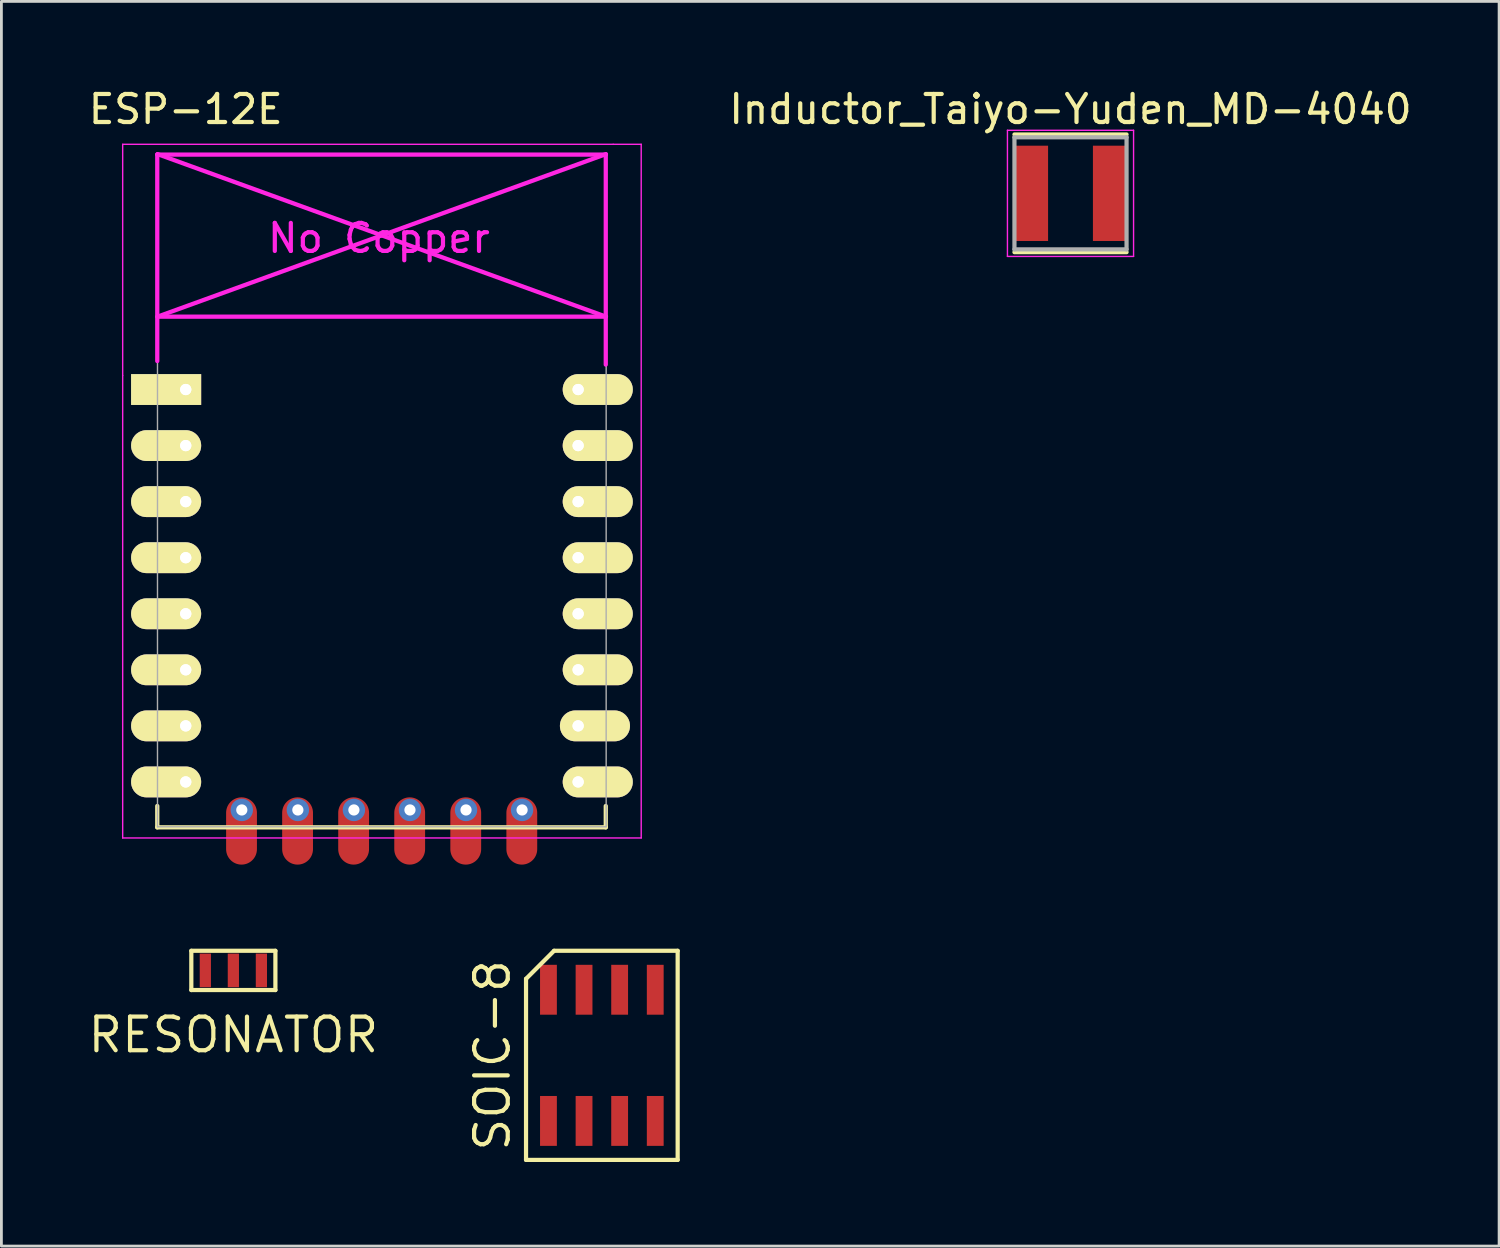
<source format=kicad_pcb>
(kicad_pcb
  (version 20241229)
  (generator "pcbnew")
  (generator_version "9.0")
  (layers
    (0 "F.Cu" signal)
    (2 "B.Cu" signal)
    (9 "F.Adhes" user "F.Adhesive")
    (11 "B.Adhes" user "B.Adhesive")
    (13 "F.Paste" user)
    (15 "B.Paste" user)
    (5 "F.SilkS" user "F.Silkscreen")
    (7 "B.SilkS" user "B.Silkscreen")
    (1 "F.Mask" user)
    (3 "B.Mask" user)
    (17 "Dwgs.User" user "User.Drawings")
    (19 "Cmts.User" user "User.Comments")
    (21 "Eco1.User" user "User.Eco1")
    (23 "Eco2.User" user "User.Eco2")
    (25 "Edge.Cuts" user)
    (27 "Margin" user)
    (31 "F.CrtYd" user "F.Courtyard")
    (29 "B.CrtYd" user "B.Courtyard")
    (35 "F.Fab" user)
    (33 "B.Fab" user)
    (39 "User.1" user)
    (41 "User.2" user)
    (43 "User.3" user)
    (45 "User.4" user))
  (footprint "Inductor_Taiyo-Yuden_MD-4040"
    (layer "F.Cu")
    (at 35.144 3.848)
    (property "Reference" "Inductor_Taiyo-Yuden_MD-4040" (at 0 -3 0) (layer "F.SilkS") (effects (font (size 1 1) (thickness 0.15))))
    (attr smd)
    (fp_line (start -2 -2.1) (end 2 -2.1) (stroke (width 0.15) (type solid)) (layer "F.SilkS"))
    (fp_line (start -2 2.1) (end 2 2.1) (stroke (width 0.15) (type solid)) (layer "F.SilkS"))
    (fp_line (start -2.25 -2.25) (end -2.25 2.25) (stroke (width 0.05) (type solid)) (layer "F.CrtYd"))
    (fp_line (start -2.25 2.25) (end 2.25 2.25) (stroke (width 0.05) (type solid)) (layer "F.CrtYd"))
    (fp_line (start 2.25 -2.25) (end -2.25 -2.25) (stroke (width 0.05) (type solid)) (layer "F.CrtYd"))
    (fp_line (start 2.25 2.25) (end 2.25 -2.25) (stroke (width 0.05) (type solid)) (layer "F.CrtYd"))
    (fp_line (start -2 -2) (end -2 2) (stroke (width 0.15) (type solid)) (layer "F.Fab"))
    (fp_line (start -2 2) (end 2 2) (stroke (width 0.15) (type solid)) (layer "F.Fab"))
    (fp_line (start 2 -2) (end -2 -2) (stroke (width 0.15) (type solid)) (layer "F.Fab"))
    (fp_line (start 2 2) (end 2 -2) (stroke (width 0.15) (type solid)) (layer "F.Fab"))
    (pad "1" smd rect (at -1.4 0) (size 1.2 3.4) (layers "F.Cu" "F.Mask" "F.Paste"))
    (pad "2" smd rect (at 1.4 0) (size 1.2 3.4) (layers "F.Cu" "F.Mask" "F.Paste")))
  (footprint "RESONATOR"
    (layer "F.Cu")
    (at 5.276 31.573)
    (property "Reference" "RESONATOR" (at 0 2.3 0) (layer "F.SilkS") (effects (font (size 1.2 1.2) (thickness 0.15))))
    (attr through_hole)
    (fp_line (start -1.5 -0.7) (end 1.5 -0.7) (stroke (width 0.15) (type solid)) (layer "F.SilkS"))
    (fp_line (start -1.5 0.7) (end -1.5 -0.7) (stroke (width 0.15) (type solid)) (layer "F.SilkS"))
    (fp_line (start 1.5 -0.7) (end 1.5 0.7) (stroke (width 0.15) (type solid)) (layer "F.SilkS"))
    (fp_line (start 1.5 0.7) (end -1.5 0.7) (stroke (width 0.15) (type solid)) (layer "F.SilkS"))
    (pad "1" smd rect (at -1 0) (size 0.4 1.2) (layers "F.Cu" "F.Mask" "F.Paste"))
    (pad "2" smd rect (at 0 0) (size 0.4 1.2) (layers "F.Cu" "F.Mask" "F.Paste"))
    (pad "3" smd rect (at 1 0) (size 0.4 1.2) (layers "F.Cu" "F.Mask" "F.Paste")))
  (footprint "SOIC-8"
    (layer "F.Cu")
    (at 18.423 34.603)
    (property "Reference" "SOIC-8" (at -3.905 0 90) (layer "F.SilkS") (effects (font (size 1.2 1.2) (thickness 0.15))))
    (attr through_hole)
    (fp_line (start -2.705 -2.73) (end -2.705 3.73) (stroke (width 0.15) (type solid)) (layer "F.SilkS"))
    (fp_line (start -2.705 3.73) (end 2.705 3.73) (stroke (width 0.15) (type solid)) (layer "F.SilkS"))
    (fp_line (start -1.705 -3.73) (end -2.705 -2.73) (stroke (width 0.15) (type solid)) (layer "F.SilkS"))
    (fp_line (start 2.705 -3.73) (end -1.705 -3.73) (stroke (width 0.15) (type solid)) (layer "F.SilkS"))
    (fp_line (start 2.705 3.73) (end 2.705 -3.73) (stroke (width 0.15) (type solid)) (layer "F.SilkS"))
    (pad "1" smd rect (at -1.905 2.34) (size 0.6 1.78) (layers "F.Cu" "F.Mask" "F.Paste"))
    (pad "2" smd rect (at -0.635 2.34) (size 0.6 1.78) (layers "F.Cu" "F.Mask" "F.Paste"))
    (pad "3" smd rect (at 0.635 2.34) (size 0.6 1.78) (layers "F.Cu" "F.Mask" "F.Paste"))
    (pad "4" smd rect (at 1.905 2.34) (size 0.6 1.78) (layers "F.Cu" "F.Mask" "F.Paste"))
    (pad "5" smd rect (at 1.905 -2.34) (size 0.6 1.78) (layers "F.Cu" "F.Mask" "F.Paste"))
    (pad "6" smd rect (at 0.635 -2.34) (size 0.6 1.78) (layers "F.Cu" "F.Mask" "F.Paste"))
    (pad "7" smd rect (at -0.635 -2.34) (size 0.6 1.78) (layers "F.Cu" "F.Mask" "F.Paste"))
    (pad "8" smd rect (at -1.905 -2.34) (size 0.6 1.78) (layers "F.Cu" "F.Mask" "F.Paste")))
  (footprint "ESP-12E"
    (layer "F.Cu")
    (at 3.577 10.848)
    (property "Reference" "ESP-12E" (at 0 -10 0) (layer "F.SilkS") (effects (font (size 1 1) (thickness 0.15))))
    (attr through_hole)
    (fp_line (start -1.016 14.859) (end -1.016 15.621) (stroke (width 0.152) (type solid)) (layer "F.SilkS"))
    (fp_line (start -1.016 15.621) (end 14.986 15.621) (stroke (width 0.152) (type solid)) (layer "F.SilkS"))
    (fp_line (start 14.986 15.621) (end 14.986 14.859) (stroke (width 0.152) (type solid)) (layer "F.SilkS"))
    (fp_line (start -2.25 -8.75) (end 15.25 -8.75) (stroke (width 0.05) (type solid)) (layer "F.CrtYd"))
    (fp_line (start -2.25 -0.5) (end -2.25 -8.75) (stroke (width 0.05) (type solid)) (layer "F.CrtYd"))
    (fp_line (start -2.25 16) (end -2.25 -0.5) (stroke (width 0.05) (type solid)) (layer "F.CrtYd"))
    (fp_line (start -1.016 -8.382) (end -1.016 -1.016) (stroke (width 0.152) (type solid)) (layer "F.CrtYd"))
    (fp_line (start -1.016 -8.382) (end 14.986 -8.382) (stroke (width 0.152) (type solid)) (layer "F.CrtYd"))
    (fp_line (start -1.008 -8.4) (end 14.992 -2.6) (stroke (width 0.152) (type solid)) (layer "F.CrtYd"))
    (fp_line (start -1.008 -2.6) (end 14.992 -2.6) (stroke (width 0.152) (type solid)) (layer "F.CrtYd"))
    (fp_line (start 14.986 -8.382) (end 14.986 -0.889) (stroke (width 0.152) (type solid)) (layer "F.CrtYd"))
    (fp_line (start 14.992 -8.4) (end -1.008 -2.6) (stroke (width 0.152) (type solid)) (layer "F.CrtYd"))
    (fp_line (start 15.25 -8.75) (end 16.25 -8.75) (stroke (width 0.05) (type solid)) (layer "F.CrtYd"))
    (fp_line (start 16.25 -8.75) (end 16.25 16) (stroke (width 0.05) (type solid)) (layer "F.CrtYd"))
    (fp_line (start 16.25 16) (end -2.25 16) (stroke (width 0.05) (type solid)) (layer "F.CrtYd"))
    (fp_line (start -1.008 -8.4) (end 14.992 -8.4) (stroke (width 0.05) (type solid)) (layer "F.Fab"))
    (fp_line (start -1.008 15.6) (end -1.008 -8.4) (stroke (width 0.05) (type solid)) (layer "F.Fab"))
    (fp_line (start 14.992 15.6) (end -1.008 15.6) (stroke (width 0.05) (type solid)) (layer "F.Fab"))
    (fp_line (start 15 -8.4) (end 15 15.6) (stroke (width 0.05) (type solid)) (layer "F.Fab"))
    (fp_text user "No Copper" (at 6.892 -5.4 0) (layer "F.CrtYd") (effects (font (size 1 1) (thickness 0.15))))
    (pad "1" thru_hole circle (at 0 0) (size 0.8 0.8) (drill 0.4) (layers "*.Cu" "*.Mask"))
    (pad "1" thru_hole rect (at 0 0) (size 2.5 1.1) (drill 0.4 (offset -0.7 0)) (layers "F.Cu" "F.Mask" "F.SilkS"))
    (pad "2" thru_hole oval (at 0 2) (size 2.5 1.1) (drill 0.4 (offset -0.7 0)) (layers "F.Cu" "F.Mask" "F.SilkS"))
    (pad "2" thru_hole circle (at 2 15) (size 0.8 0.8) (drill 0.4) (layers "*.Cu" "*.Mask"))
    (pad "2" thru_hole circle (at 4 15) (size 0.8 0.8) (drill 0.4) (layers "*.Cu" "*.Mask"))
    (pad "2" thru_hole circle (at 6 15) (size 0.8 0.8) (drill 0.4) (layers "*.Cu" "*.Mask"))
    (pad "2" thru_hole circle (at 8 15) (size 0.8 0.8) (drill 0.4) (layers "*.Cu" "*.Mask"))
    (pad "2" thru_hole circle (at 10 15) (size 0.8 0.8) (drill 0.4) (layers "*.Cu" "*.Mask"))
    (pad "2" thru_hole circle (at 12 15) (size 0.8 0.8) (drill 0.4) (layers "*.Cu" "*.Mask"))
    (pad "3" thru_hole circle (at 0 2) (size 0.8 0.8) (drill 0.4) (layers "*.Cu" "*.Mask"))
    (pad "3" thru_hole circle (at 0 4) (size 0.8 0.8) (drill 0.4) (layers "*.Cu" "*.Mask"))
    (pad "3" thru_hole oval (at 0 4) (size 2.5 1.1) (drill 0.4 (offset -0.7 0)) (layers "F.Cu" "F.Mask" "F.SilkS"))
    (pad "3" thru_hole circle (at 0 6) (size 0.8 0.8) (drill 0.4) (layers "*.Cu" "*.Mask"))
    (pad "3" thru_hole circle (at 0 8) (size 0.8 0.8) (drill 0.4) (layers "*.Cu" "*.Mask"))
    (pad "3" thru_hole circle (at 0 10) (size 0.8 0.8) (drill 0.4) (layers "*.Cu" "*.Mask"))
    (pad "3" thru_hole circle (at 0 12) (size 0.8 0.8) (drill 0.4) (layers "*.Cu" "*.Mask"))
    (pad "3" thru_hole circle (at 0 14) (size 0.8 0.8) (drill 0.4) (layers "*.Cu" "*.Mask"))
    (pad "3" thru_hole circle (at 14 0) (size 0.8 0.8) (drill 0.4) (layers "*.Cu" "*.Mask"))
    (pad "3" thru_hole circle (at 14 2) (size 0.8 0.8) (drill 0.4) (layers "*.Cu" "*.Mask"))
    (pad "3" thru_hole circle (at 14 4) (size 0.8 0.8) (drill 0.4) (layers "*.Cu" "*.Mask"))
    (pad "3" thru_hole circle (at 14 6) (size 0.8 0.8) (drill 0.4) (layers "*.Cu" "*.Mask"))
    (pad "3" thru_hole circle (at 14 8) (size 0.8 0.8) (drill 0.4) (layers "*.Cu" "*.Mask"))
    (pad "3" thru_hole circle (at 14 10) (size 0.8 0.8) (drill 0.4) (layers "*.Cu" "*.Mask"))
    (pad "3" thru_hole circle (at 14 12) (size 0.8 0.8) (drill 0.4) (layers "*.Cu" "*.Mask"))
    (pad "3" thru_hole circle (at 14 14) (size 0.8 0.8) (drill 0.4) (layers "*.Cu" "*.Mask"))
    (pad "4" thru_hole oval (at 0 6) (size 2.5 1.1) (drill 0.4 (offset -0.7 0)) (layers "F.Cu" "F.Mask" "F.SilkS"))
    (pad "5" thru_hole oval (at 0 8) (size 2.5 1.1) (drill 0.4 (offset -0.7 0)) (layers "F.Cu" "F.Mask" "F.SilkS"))
    (pad "6" thru_hole oval (at 0 10) (size 2.5 1.1) (drill 0.4 (offset -0.7 0)) (layers "F.Cu" "F.Mask" "F.SilkS"))
    (pad "7" thru_hole oval (at 0 12) (size 2.5 1.1) (drill 0.4 (offset -0.7 0)) (layers "F.Cu" "F.Mask" "F.SilkS"))
    (pad "8" thru_hole oval (at 0 14) (size 2.5 1.1) (drill 0.4 (offset -0.7 0)) (layers "F.Cu" "F.Mask" "F.SilkS"))
    (pad "9" thru_hole oval (at 14 14) (size 2.5 1.1) (drill 0.4 (offset 0.7 0)) (layers "F.Cu" "F.Mask" "F.SilkS"))
    (pad "10" thru_hole oval (at 14 12) (size 2.5 1.1) (drill 0.4 (offset 0.6 0)) (layers "F.Cu" "F.Mask" "F.SilkS"))
    (pad "11" thru_hole oval (at 14 10) (size 2.5 1.1) (drill 0.4 (offset 0.7 0)) (layers "F.Cu" "F.Mask" "F.SilkS"))
    (pad "12" thru_hole oval (at 14 8) (size 2.5 1.1) (drill 0.4 (offset 0.7 0)) (layers "F.Cu" "F.Mask" "F.SilkS"))
    (pad "13" thru_hole oval (at 14 6) (size 2.5 1.1) (drill 0.4 (offset 0.7 0)) (layers "F.Cu" "F.Mask" "F.SilkS"))
    (pad "14" thru_hole oval (at 14 4) (size 2.5 1.1) (drill 0.4 (offset 0.7 0)) (layers "F.Cu" "F.Mask" "F.SilkS"))
    (pad "15" thru_hole oval (at 14 2) (size 2.5 1.1) (drill 0.4 (offset 0.7 0)) (layers "F.Cu" "F.Mask" "F.SilkS"))
    (pad "16" thru_hole oval (at 14 0) (size 2.5 1.1) (drill 0.4 (offset 0.7 0)) (layers "F.Cu" "F.Mask" "F.SilkS"))
    (pad "17" smd oval (at 1.99 15.75 90) (size 2.4 1.1) (layers "F.Cu" "F.Mask" "F.Paste"))
    (pad "18" smd oval (at 3.99 15.75 90) (size 2.4 1.1) (layers "F.Cu" "F.Mask" "F.Paste"))
    (pad "19" smd oval (at 5.99 15.75 90) (size 2.4 1.1) (layers "F.Cu" "F.Mask" "F.Paste"))
    (pad "20" smd oval (at 7.99 15.75 90) (size 2.4 1.1) (layers "F.Cu" "F.Mask" "F.Paste"))
    (pad "21" smd oval (at 9.99 15.75 90) (size 2.4 1.1) (layers "F.Cu" "F.Mask" "F.Paste"))
    (pad "22" smd oval (at 11.99 15.75 90) (size 2.4 1.1) (layers "F.Cu" "F.Mask" "F.Paste")))
  (gr_rect
    (start -3 -3)
    (end 50.436 41.408)
    (stroke (width 0.1) (type default))
    (fill no)
    (layer "Edge.Cuts")))
</source>
